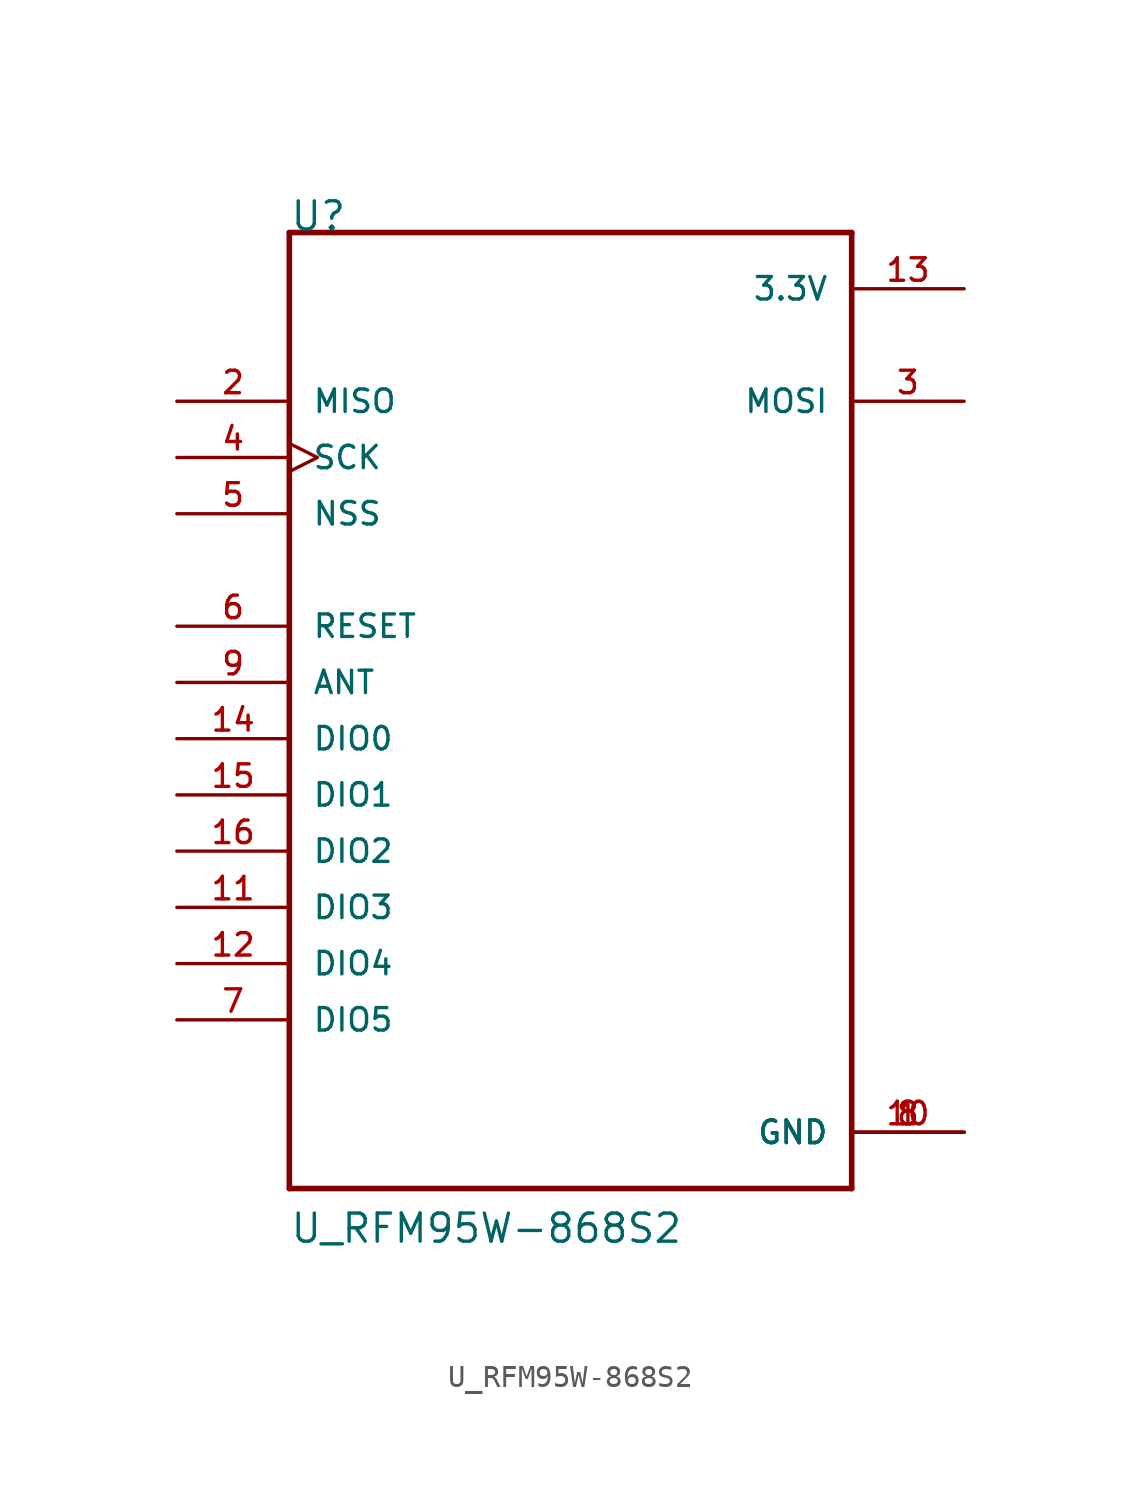
<source format=kicad_sym>
(kicad_symbol_lib
  (version 20220914)
  (generator kicad_symbol_editor)
  (symbol "U_RFM95W-868S2"
    (pin_names
      (offset 1.016))
    (property "Reference" "U"
      (at -12.7 22.86 0)
      (effects (font (size 1.27 1.27)) (justify left bottom)))
    (property "Value" "U_RFM95W-868S2"
      (at -12.7 -22.86 0)
      (effects (font (size 1.27 1.27)) (justify left bottom)))
    (symbol "U_RFM95W-868S2_0_0"
      (polyline (pts (xy -12.7 -20.32) (xy 12.7 -20.32)) (stroke (width 0.254) (type solid)) (fill (type none)))
      (polyline (pts (xy -12.7 22.86) (xy -12.7 -20.32)) (stroke (width 0.254) (type solid)) (fill (type none)))
      (polyline (pts (xy 12.7 -20.32) (xy 12.7 22.86)) (stroke (width 0.254) (type solid)) (fill (type none)))
      (polyline (pts (xy 12.7 22.86) (xy -12.7 22.86)) (stroke (width 0.254) (type solid)) (fill (type none)))
      (pin power_in line (at 17.78 -17.78 180) (length 5.08) (name "GND" (effects (font (size 1.016 1.016)))) (number "1" (effects (font (size 1.016 1.016)))))
      (pin power_in line (at 17.78 -17.78 180) (length 5.08) (name "GND" (effects (font (size 1.016 1.016)))) (number "10" (effects (font (size 1.016 1.016)))))
      (pin bidirectional line (at -17.78 -7.62 0) (length 5.08) (name "DIO3" (effects (font (size 1.016 1.016)))) (number "11" (effects (font (size 1.016 1.016)))))
      (pin bidirectional line (at -17.78 -10.16 0) (length 5.08) (name "DIO4" (effects (font (size 1.016 1.016)))) (number "12" (effects (font (size 1.016 1.016)))))
      (pin power_in line (at 17.78 20.32 180) (length 5.08) (name "3.3V" (effects (font (size 1.016 1.016)))) (number "13" (effects (font (size 1.016 1.016)))))
      (pin bidirectional line (at -17.78 0 0) (length 5.08) (name "DIO0" (effects (font (size 1.016 1.016)))) (number "14" (effects (font (size 1.016 1.016)))))
      (pin bidirectional line (at -17.78 -2.54 0) (length 5.08) (name "DIO1" (effects (font (size 1.016 1.016)))) (number "15" (effects (font (size 1.016 1.016)))))
      (pin bidirectional line (at -17.78 -5.08 0) (length 5.08) (name "DIO2" (effects (font (size 1.016 1.016)))) (number "16" (effects (font (size 1.016 1.016)))))
      (pin input line (at -17.78 15.24 0) (length 5.08) (name "MISO" (effects (font (size 1.016 1.016)))) (number "2" (effects (font (size 1.016 1.016)))))
      (pin output line (at 17.78 15.24 180) (length 5.08) (name "MOSI" (effects (font (size 1.016 1.016)))) (number "3" (effects (font (size 1.016 1.016)))))
      (pin input clock (at -17.78 12.7 0) (length 5.08) (name "SCK" (effects (font (size 1.016 1.016)))) (number "4" (effects (font (size 1.016 1.016)))))
      (pin input line (at -17.78 10.16 0) (length 5.08) (name "NSS" (effects (font (size 1.016 1.016)))) (number "5" (effects (font (size 1.016 1.016)))))
      (pin bidirectional line (at -17.78 5.08 0) (length 5.08) (name "RESET" (effects (font (size 1.016 1.016)))) (number "6" (effects (font (size 1.016 1.016)))))
      (pin bidirectional line (at -17.78 -12.7 0) (length 5.08) (name "DIO5" (effects (font (size 1.016 1.016)))) (number "7" (effects (font (size 1.016 1.016)))))
      (pin power_in line (at 17.78 -17.78 180) (length 5.08) (name "GND" (effects (font (size 1.016 1.016)))) (number "8" (effects (font (size 1.016 1.016)))))
      (pin bidirectional line (at -17.78 2.54 0) (length 5.08) (name "ANT" (effects (font (size 1.016 1.016)))) (number "9" (effects (font (size 1.016 1.016))))))))
</source>
